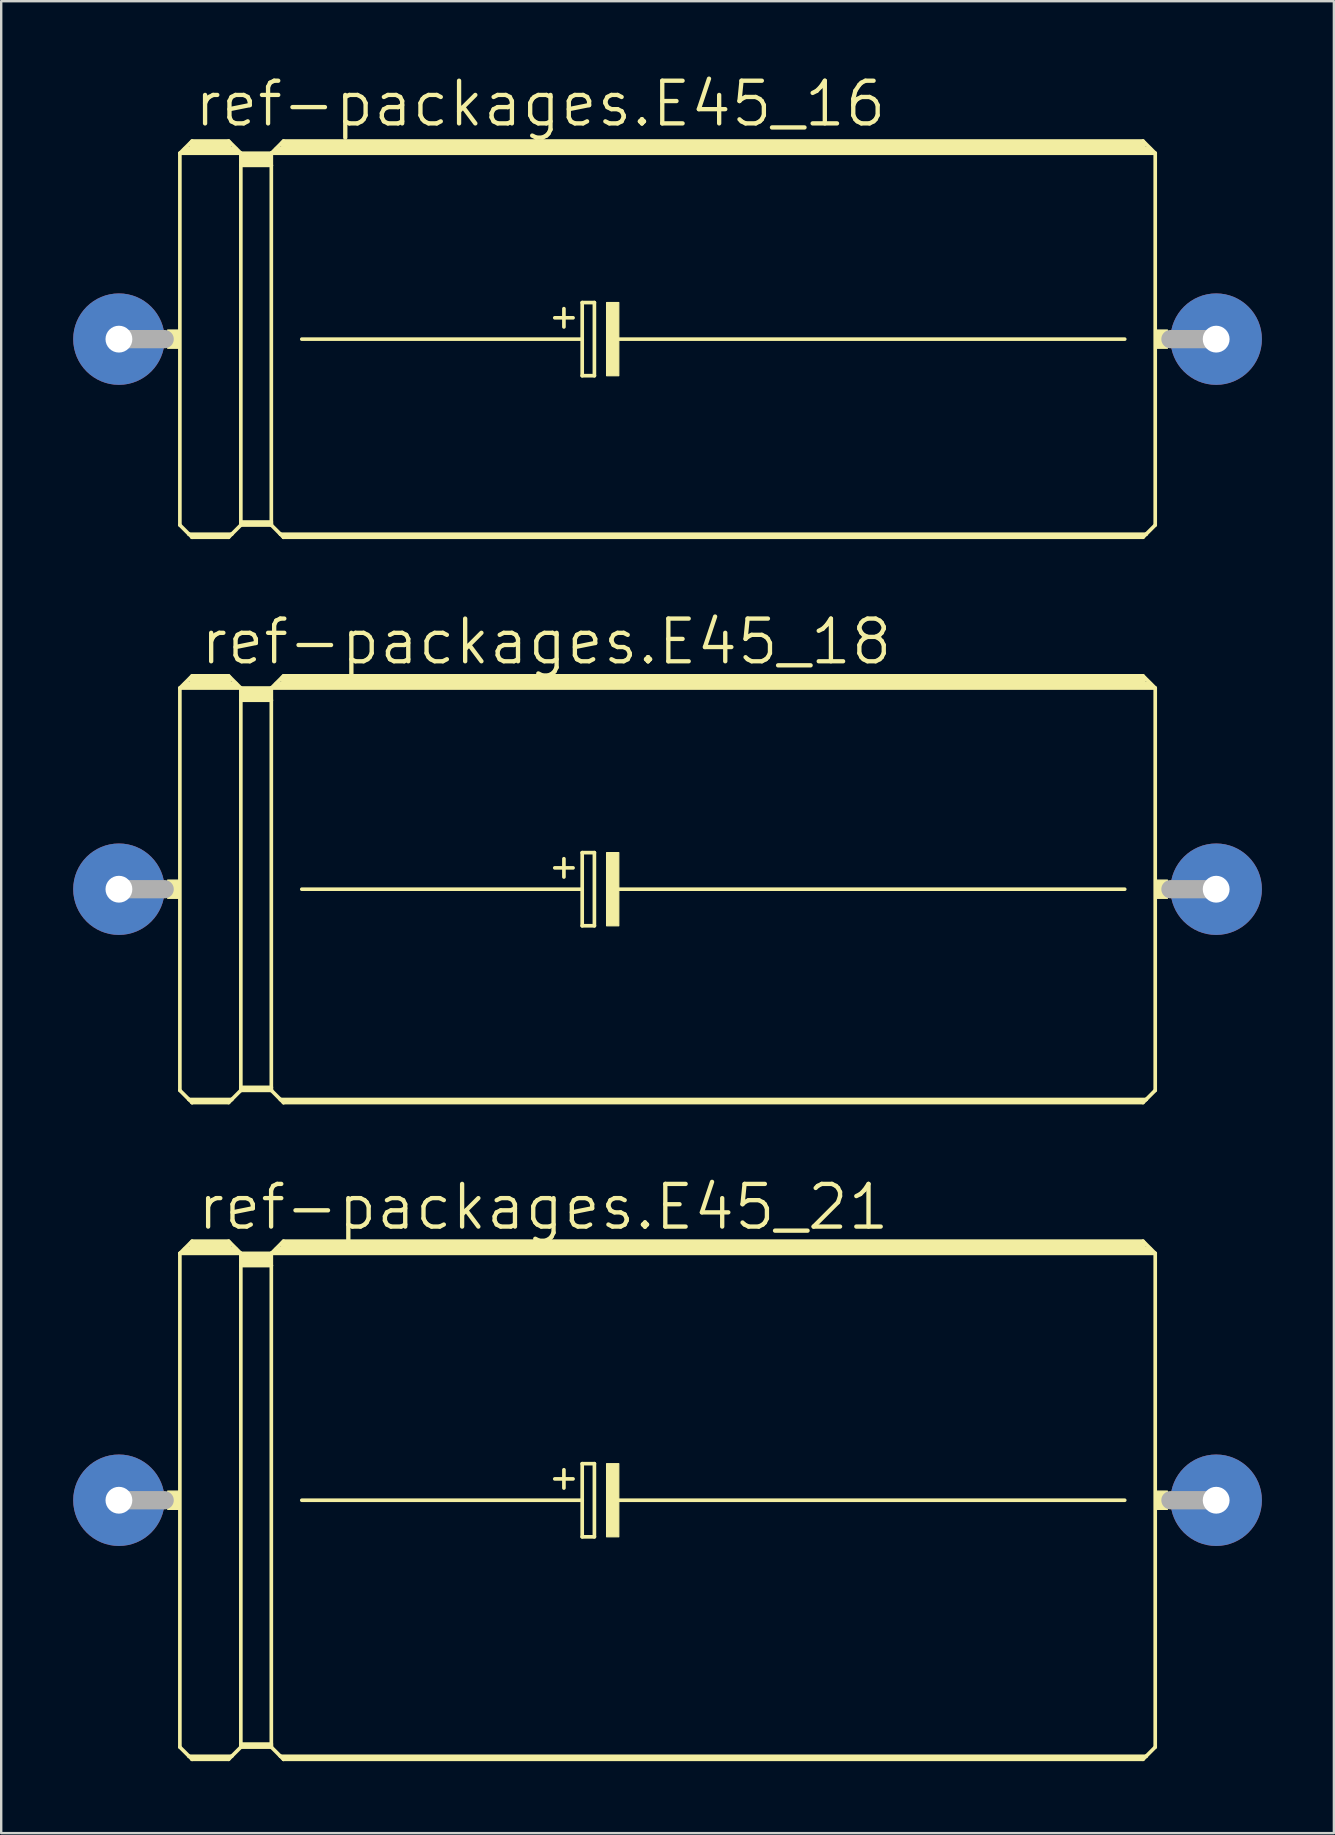
<source format=kicad_pcb>
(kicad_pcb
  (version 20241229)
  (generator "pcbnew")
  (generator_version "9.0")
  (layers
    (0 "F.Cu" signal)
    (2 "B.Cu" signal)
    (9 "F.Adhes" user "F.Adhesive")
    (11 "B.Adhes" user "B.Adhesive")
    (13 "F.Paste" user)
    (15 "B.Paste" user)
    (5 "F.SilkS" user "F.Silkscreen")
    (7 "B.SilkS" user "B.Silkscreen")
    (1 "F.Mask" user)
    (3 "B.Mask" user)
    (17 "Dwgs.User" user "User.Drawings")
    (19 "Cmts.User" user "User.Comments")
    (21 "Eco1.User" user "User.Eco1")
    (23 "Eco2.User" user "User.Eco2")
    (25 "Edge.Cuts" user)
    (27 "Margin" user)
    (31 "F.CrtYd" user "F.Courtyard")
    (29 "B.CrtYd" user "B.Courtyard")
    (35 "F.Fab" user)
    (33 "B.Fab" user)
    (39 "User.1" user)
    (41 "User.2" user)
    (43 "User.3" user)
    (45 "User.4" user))
  (footprint "ref-packages.E45_16"
    (layer "F.Cu")
    (at 24.765 11.081)
    (property "Reference" "ref-packages.E45_16" (at -19.812 -8.763 0) (layer "F.SilkS") (effects (font (size 1.778 1.778) (thickness 0.18)) (justify left bottom)))
    (attr through_hole)
    (fp_line (start -20.32 -7.747) (end -20.32 7.747) (stroke (width 0.152) (type default)) (layer "F.SilkS"))
    (fp_line (start -20.32 -7.747) (end -19.812 -8.255) (stroke (width 0.152) (type default)) (layer "F.SilkS"))
    (fp_line (start -20.32 -7.747) (end -17.78 -7.747) (stroke (width 0.152) (type default)) (layer "F.SilkS"))
    (fp_line (start -20.32 7.747) (end -19.939 8.128) (stroke (width 0.152) (type default)) (layer "F.SilkS"))
    (fp_line (start -20.066 -7.874) (end -18.034 -7.874) (stroke (width 0.305) (type default)) (layer "F.SilkS"))
    (fp_line (start -19.939 8.128) (end -19.812 8.255) (stroke (width 0.152) (type default)) (layer "F.SilkS"))
    (fp_line (start -19.939 8.128) (end -18.161 8.128) (stroke (width 0.152) (type default)) (layer "F.SilkS"))
    (fp_line (start -19.812 -8.255) (end -18.288 -8.255) (stroke (width 0.152) (type default)) (layer "F.SilkS"))
    (fp_line (start -19.812 -8.128) (end -18.288 -8.128) (stroke (width 0.305) (type default)) (layer "F.SilkS"))
    (fp_line (start -19.812 8.204) (end -18.288 8.204) (stroke (width 0.152) (type default)) (layer "F.SilkS"))
    (fp_line (start -19.812 8.255) (end -19.812 8.204) (stroke (width 0.152) (type default)) (layer "F.SilkS"))
    (fp_line (start -19.812 8.255) (end -18.288 8.255) (stroke (width 0.152) (type default)) (layer "F.SilkS"))
    (fp_line (start -18.288 -8.255) (end -17.78 -7.747) (stroke (width 0.152) (type default)) (layer "F.SilkS"))
    (fp_line (start -18.288 8.255) (end -18.161 8.128) (stroke (width 0.152) (type default)) (layer "F.SilkS"))
    (fp_line (start -18.161 8.128) (end -17.78 7.747) (stroke (width 0.152) (type default)) (layer "F.SilkS"))
    (fp_line (start -17.78 -7.747) (end -16.51 -7.747) (stroke (width 0.152) (type default)) (layer "F.SilkS"))
    (fp_line (start -17.78 -7.239) (end -17.78 -7.747) (stroke (width 0.152) (type default)) (layer "F.SilkS"))
    (fp_line (start -17.78 -7.239) (end -16.51 -7.239) (stroke (width 0.152) (type default)) (layer "F.SilkS"))
    (fp_line (start -17.78 7.62) (end -17.78 -7.239) (stroke (width 0.152) (type default)) (layer "F.SilkS"))
    (fp_line (start -17.78 7.62) (end -16.51 7.62) (stroke (width 0.152) (type default)) (layer "F.SilkS"))
    (fp_line (start -17.78 7.696) (end -17.78 7.62) (stroke (width 0.152) (type default)) (layer "F.SilkS"))
    (fp_line (start -17.78 7.696) (end -16.51 7.696) (stroke (width 0.152) (type default)) (layer "F.SilkS"))
    (fp_line (start -17.78 7.747) (end -17.78 7.696) (stroke (width 0.152) (type default)) (layer "F.SilkS"))
    (fp_line (start -17.78 7.747) (end -16.51 7.747) (stroke (width 0.152) (type default)) (layer "F.SilkS"))
    (fp_line (start -17.653 -7.62) (end -16.637 -7.62) (stroke (width 0.305) (type default)) (layer "F.SilkS"))
    (fp_line (start -17.653 -7.366) (end -16.637 -7.366) (stroke (width 0.305) (type default)) (layer "F.SilkS"))
    (fp_line (start -16.51 -7.747) (end -16.002 -8.255) (stroke (width 0.152) (type default)) (layer "F.SilkS"))
    (fp_line (start -16.51 -7.747) (end 20.32 -7.747) (stroke (width 0.152) (type default)) (layer "F.SilkS"))
    (fp_line (start -16.51 -7.239) (end -16.51 -7.747) (stroke (width 0.152) (type default)) (layer "F.SilkS"))
    (fp_line (start -16.51 7.62) (end -16.51 -7.239) (stroke (width 0.152) (type default)) (layer "F.SilkS"))
    (fp_line (start -16.51 7.696) (end -16.51 7.62) (stroke (width 0.152) (type default)) (layer "F.SilkS"))
    (fp_line (start -16.51 7.747) (end -16.51 7.696) (stroke (width 0.152) (type default)) (layer "F.SilkS"))
    (fp_line (start -16.51 7.747) (end -16.129 8.128) (stroke (width 0.152) (type default)) (layer "F.SilkS"))
    (fp_line (start -16.256 -7.874) (end 20.066 -7.874) (stroke (width 0.305) (type default)) (layer "F.SilkS"))
    (fp_line (start -16.129 8.128) (end -16.002 8.255) (stroke (width 0.152) (type default)) (layer "F.SilkS"))
    (fp_line (start -16.129 8.128) (end 19.939 8.128) (stroke (width 0.152) (type default)) (layer "F.SilkS"))
    (fp_line (start -16.002 -8.255) (end 19.812 -8.255) (stroke (width 0.152) (type default)) (layer "F.SilkS"))
    (fp_line (start -16.002 -8.128) (end 19.812 -8.128) (stroke (width 0.305) (type default)) (layer "F.SilkS"))
    (fp_line (start -16.002 8.204) (end 19.812 8.204) (stroke (width 0.152) (type default)) (layer "F.SilkS"))
    (fp_line (start -16.002 8.255) (end -16.002 8.204) (stroke (width 0.152) (type default)) (layer "F.SilkS"))
    (fp_line (start -16.002 8.255) (end 19.812 8.255) (stroke (width 0.152) (type default)) (layer "F.SilkS"))
    (fp_line (start -15.24 0) (end -3.556 0) (stroke (width 0.152) (type default)) (layer "F.SilkS"))
    (fp_line (start -4.699 -0.889) (end -3.937 -0.889) (stroke (width 0.152) (type default)) (layer "F.SilkS"))
    (fp_line (start -4.318 -1.27) (end -4.318 -0.508) (stroke (width 0.152) (type default)) (layer "F.SilkS"))
    (fp_line (start -3.556 -1.524) (end -3.556 0) (stroke (width 0.152) (type default)) (layer "F.SilkS"))
    (fp_line (start -3.556 0) (end -3.556 1.524) (stroke (width 0.152) (type default)) (layer "F.SilkS"))
    (fp_line (start -3.556 1.524) (end -3.048 1.524) (stroke (width 0.152) (type default)) (layer "F.SilkS"))
    (fp_line (start -3.048 -1.524) (end -3.556 -1.524) (stroke (width 0.152) (type default)) (layer "F.SilkS"))
    (fp_line (start -3.048 1.524) (end -3.048 -1.524) (stroke (width 0.152) (type default)) (layer "F.SilkS"))
    (fp_line (start -2.159 0) (end 19.05 0) (stroke (width 0.152) (type default)) (layer "F.SilkS"))
    (fp_line (start 19.812 -8.255) (end 20.32 -7.747) (stroke (width 0.152) (type default)) (layer "F.SilkS"))
    (fp_line (start 19.812 8.255) (end 19.939 8.128) (stroke (width 0.152) (type default)) (layer "F.SilkS"))
    (fp_line (start 19.939 8.128) (end 20.32 7.747) (stroke (width 0.152) (type default)) (layer "F.SilkS"))
    (fp_line (start 20.32 -7.747) (end 20.32 7.747) (stroke (width 0.152) (type default)) (layer "F.SilkS"))
    (fp_rect (start -20.828 0.381) (end -20.32 -0.381) (stroke (width 0.05) (type default)) (fill yes) (layer "F.SilkS"))
    (fp_rect (start -2.54 1.524) (end -2.032 -1.524) (stroke (width 0.05) (type default)) (fill yes) (layer "F.SilkS"))
    (fp_rect (start 20.32 0.381) (end 20.828 -0.381) (stroke (width 0.05) (type default)) (fill yes) (layer "F.SilkS"))
    (fp_line (start -22.86 0) (end -20.955 0) (stroke (width 0.762) (type default)) (layer "F.Fab"))
    (fp_line (start 22.86 0) (end 20.955 0) (stroke (width 0.762) (type default)) (layer "F.Fab"))
    (pad "+" thru_hole circle (at -22.86 0) (size 3.81 3.81) (drill 1.118) (layers "*.Cu" "*.Mask"))
    (pad "-" thru_hole circle (at 22.86 0) (size 3.81 3.81) (drill 1.118) (layers "*.Cu" "*.Mask")))
  (footprint "ref-packages.E45_18"
    (layer "F.Cu")
    (at 24.765 34.001)
    (property "Reference" "ref-packages.E45_18" (at -19.558 -9.271 0) (layer "F.SilkS") (effects (font (size 1.778 1.778) (thickness 0.18)) (justify left bottom)))
    (attr through_hole)
    (fp_line (start -20.32 -8.382) (end -20.32 8.382) (stroke (width 0.152) (type default)) (layer "F.SilkS"))
    (fp_line (start -20.32 -8.382) (end -19.812 -8.89) (stroke (width 0.152) (type default)) (layer "F.SilkS"))
    (fp_line (start -20.32 -8.382) (end -17.78 -8.382) (stroke (width 0.152) (type default)) (layer "F.SilkS"))
    (fp_line (start -20.32 8.382) (end -19.939 8.763) (stroke (width 0.152) (type default)) (layer "F.SilkS"))
    (fp_line (start -20.066 -8.509) (end -18.034 -8.509) (stroke (width 0.305) (type default)) (layer "F.SilkS"))
    (fp_line (start -19.939 8.763) (end -19.812 8.89) (stroke (width 0.152) (type default)) (layer "F.SilkS"))
    (fp_line (start -19.939 8.763) (end -18.161 8.763) (stroke (width 0.152) (type default)) (layer "F.SilkS"))
    (fp_line (start -19.812 -8.89) (end -18.288 -8.89) (stroke (width 0.152) (type default)) (layer "F.SilkS"))
    (fp_line (start -19.812 -8.763) (end -18.288 -8.763) (stroke (width 0.305) (type default)) (layer "F.SilkS"))
    (fp_line (start -19.812 8.839) (end -18.288 8.839) (stroke (width 0.152) (type default)) (layer "F.SilkS"))
    (fp_line (start -19.812 8.89) (end -19.812 8.839) (stroke (width 0.152) (type default)) (layer "F.SilkS"))
    (fp_line (start -19.812 8.89) (end -18.288 8.89) (stroke (width 0.152) (type default)) (layer "F.SilkS"))
    (fp_line (start -18.288 -8.89) (end -17.78 -8.382) (stroke (width 0.152) (type default)) (layer "F.SilkS"))
    (fp_line (start -18.288 8.89) (end -18.161 8.763) (stroke (width 0.152) (type default)) (layer "F.SilkS"))
    (fp_line (start -18.161 8.763) (end -17.78 8.382) (stroke (width 0.152) (type default)) (layer "F.SilkS"))
    (fp_line (start -17.78 -8.382) (end -16.51 -8.382) (stroke (width 0.152) (type default)) (layer "F.SilkS"))
    (fp_line (start -17.78 -7.874) (end -17.78 -8.382) (stroke (width 0.152) (type default)) (layer "F.SilkS"))
    (fp_line (start -17.78 -7.874) (end -16.51 -7.874) (stroke (width 0.152) (type default)) (layer "F.SilkS"))
    (fp_line (start -17.78 8.255) (end -17.78 -7.874) (stroke (width 0.152) (type default)) (layer "F.SilkS"))
    (fp_line (start -17.78 8.255) (end -16.51 8.255) (stroke (width 0.152) (type default)) (layer "F.SilkS"))
    (fp_line (start -17.78 8.331) (end -17.78 8.255) (stroke (width 0.152) (type default)) (layer "F.SilkS"))
    (fp_line (start -17.78 8.331) (end -16.51 8.331) (stroke (width 0.152) (type default)) (layer "F.SilkS"))
    (fp_line (start -17.78 8.382) (end -17.78 8.331) (stroke (width 0.152) (type default)) (layer "F.SilkS"))
    (fp_line (start -17.78 8.382) (end -16.51 8.382) (stroke (width 0.152) (type default)) (layer "F.SilkS"))
    (fp_line (start -17.653 -8.255) (end -16.637 -8.255) (stroke (width 0.305) (type default)) (layer "F.SilkS"))
    (fp_line (start -17.653 -8.001) (end -16.637 -8.001) (stroke (width 0.305) (type default)) (layer "F.SilkS"))
    (fp_line (start -16.51 -8.382) (end -16.002 -8.89) (stroke (width 0.152) (type default)) (layer "F.SilkS"))
    (fp_line (start -16.51 -8.382) (end 20.32 -8.382) (stroke (width 0.152) (type default)) (layer "F.SilkS"))
    (fp_line (start -16.51 -7.874) (end -16.51 -8.382) (stroke (width 0.152) (type default)) (layer "F.SilkS"))
    (fp_line (start -16.51 8.255) (end -16.51 -7.874) (stroke (width 0.152) (type default)) (layer "F.SilkS"))
    (fp_line (start -16.51 8.331) (end -16.51 8.255) (stroke (width 0.152) (type default)) (layer "F.SilkS"))
    (fp_line (start -16.51 8.382) (end -16.51 8.331) (stroke (width 0.152) (type default)) (layer "F.SilkS"))
    (fp_line (start -16.51 8.382) (end -16.129 8.763) (stroke (width 0.152) (type default)) (layer "F.SilkS"))
    (fp_line (start -16.256 -8.509) (end 20.066 -8.509) (stroke (width 0.305) (type default)) (layer "F.SilkS"))
    (fp_line (start -16.129 8.763) (end -16.002 8.89) (stroke (width 0.152) (type default)) (layer "F.SilkS"))
    (fp_line (start -16.129 8.763) (end 19.939 8.763) (stroke (width 0.152) (type default)) (layer "F.SilkS"))
    (fp_line (start -16.002 -8.89) (end 19.812 -8.89) (stroke (width 0.152) (type default)) (layer "F.SilkS"))
    (fp_line (start -16.002 -8.763) (end 19.812 -8.763) (stroke (width 0.305) (type default)) (layer "F.SilkS"))
    (fp_line (start -16.002 8.839) (end 19.812 8.839) (stroke (width 0.152) (type default)) (layer "F.SilkS"))
    (fp_line (start -16.002 8.89) (end -16.002 8.839) (stroke (width 0.152) (type default)) (layer "F.SilkS"))
    (fp_line (start -16.002 8.89) (end 19.812 8.89) (stroke (width 0.152) (type default)) (layer "F.SilkS"))
    (fp_line (start -15.24 0) (end -3.556 0) (stroke (width 0.152) (type default)) (layer "F.SilkS"))
    (fp_line (start -4.699 -0.889) (end -3.937 -0.889) (stroke (width 0.152) (type default)) (layer "F.SilkS"))
    (fp_line (start -4.318 -1.27) (end -4.318 -0.508) (stroke (width 0.152) (type default)) (layer "F.SilkS"))
    (fp_line (start -3.556 -1.524) (end -3.556 0) (stroke (width 0.152) (type default)) (layer "F.SilkS"))
    (fp_line (start -3.556 0) (end -3.556 1.524) (stroke (width 0.152) (type default)) (layer "F.SilkS"))
    (fp_line (start -3.556 1.524) (end -3.048 1.524) (stroke (width 0.152) (type default)) (layer "F.SilkS"))
    (fp_line (start -3.048 -1.524) (end -3.556 -1.524) (stroke (width 0.152) (type default)) (layer "F.SilkS"))
    (fp_line (start -3.048 1.524) (end -3.048 -1.524) (stroke (width 0.152) (type default)) (layer "F.SilkS"))
    (fp_line (start -2.159 0) (end 19.05 0) (stroke (width 0.152) (type default)) (layer "F.SilkS"))
    (fp_line (start 19.812 -8.89) (end 20.32 -8.382) (stroke (width 0.152) (type default)) (layer "F.SilkS"))
    (fp_line (start 19.812 8.89) (end 19.939 8.763) (stroke (width 0.152) (type default)) (layer "F.SilkS"))
    (fp_line (start 19.939 8.763) (end 20.32 8.382) (stroke (width 0.152) (type default)) (layer "F.SilkS"))
    (fp_line (start 20.32 -8.382) (end 20.32 8.382) (stroke (width 0.152) (type default)) (layer "F.SilkS"))
    (fp_rect (start -20.828 0.381) (end -20.32 -0.381) (stroke (width 0.05) (type default)) (fill yes) (layer "F.SilkS"))
    (fp_rect (start -2.54 1.524) (end -2.032 -1.524) (stroke (width 0.05) (type default)) (fill yes) (layer "F.SilkS"))
    (fp_rect (start 20.32 0.381) (end 20.828 -0.381) (stroke (width 0.05) (type default)) (fill yes) (layer "F.SilkS"))
    (fp_line (start -22.86 0) (end -20.955 0) (stroke (width 0.762) (type default)) (layer "F.Fab"))
    (fp_line (start 22.86 0) (end 20.955 0) (stroke (width 0.762) (type default)) (layer "F.Fab"))
    (pad "+" thru_hole circle (at -22.86 0) (size 3.81 3.81) (drill 1.118) (layers "*.Cu" "*.Mask"))
    (pad "-" thru_hole circle (at 22.86 0) (size 3.81 3.81) (drill 1.118) (layers "*.Cu" "*.Mask")))
  (footprint "ref-packages.E45_21"
    (layer "F.Cu")
    (at 24.765 59.461)
    (property "Reference" "ref-packages.E45_21" (at -19.685 -11.176 0) (layer "F.SilkS") (effects (font (size 1.778 1.778) (thickness 0.18)) (justify left bottom)))
    (attr through_hole)
    (fp_line (start -20.32 -10.287) (end -20.32 10.287) (stroke (width 0.152) (type default)) (layer "F.SilkS"))
    (fp_line (start -20.32 -10.287) (end -19.812 -10.795) (stroke (width 0.152) (type default)) (layer "F.SilkS"))
    (fp_line (start -20.32 -10.287) (end -17.78 -10.287) (stroke (width 0.152) (type default)) (layer "F.SilkS"))
    (fp_line (start -20.32 10.287) (end -19.939 10.668) (stroke (width 0.152) (type default)) (layer "F.SilkS"))
    (fp_line (start -20.066 -10.414) (end -18.034 -10.414) (stroke (width 0.305) (type default)) (layer "F.SilkS"))
    (fp_line (start -19.939 10.668) (end -19.812 10.795) (stroke (width 0.152) (type default)) (layer "F.SilkS"))
    (fp_line (start -19.939 10.668) (end -18.161 10.668) (stroke (width 0.152) (type default)) (layer "F.SilkS"))
    (fp_line (start -19.812 -10.795) (end -18.288 -10.795) (stroke (width 0.152) (type default)) (layer "F.SilkS"))
    (fp_line (start -19.812 -10.668) (end -18.288 -10.668) (stroke (width 0.305) (type default)) (layer "F.SilkS"))
    (fp_line (start -19.812 10.744) (end -18.288 10.744) (stroke (width 0.152) (type default)) (layer "F.SilkS"))
    (fp_line (start -19.812 10.795) (end -19.812 10.744) (stroke (width 0.152) (type default)) (layer "F.SilkS"))
    (fp_line (start -19.812 10.795) (end -18.288 10.795) (stroke (width 0.152) (type default)) (layer "F.SilkS"))
    (fp_line (start -18.288 -10.795) (end -17.78 -10.287) (stroke (width 0.152) (type default)) (layer "F.SilkS"))
    (fp_line (start -18.288 10.795) (end -18.161 10.668) (stroke (width 0.152) (type default)) (layer "F.SilkS"))
    (fp_line (start -18.161 10.668) (end -17.78 10.287) (stroke (width 0.152) (type default)) (layer "F.SilkS"))
    (fp_line (start -17.78 -10.287) (end -16.51 -10.287) (stroke (width 0.152) (type default)) (layer "F.SilkS"))
    (fp_line (start -17.78 -9.779) (end -17.78 -10.287) (stroke (width 0.152) (type default)) (layer "F.SilkS"))
    (fp_line (start -17.78 -9.779) (end -16.51 -9.779) (stroke (width 0.152) (type default)) (layer "F.SilkS"))
    (fp_line (start -17.78 10.16) (end -17.78 -9.779) (stroke (width 0.152) (type default)) (layer "F.SilkS"))
    (fp_line (start -17.78 10.16) (end -16.51 10.16) (stroke (width 0.152) (type default)) (layer "F.SilkS"))
    (fp_line (start -17.78 10.236) (end -17.78 10.16) (stroke (width 0.152) (type default)) (layer "F.SilkS"))
    (fp_line (start -17.78 10.236) (end -16.51 10.236) (stroke (width 0.152) (type default)) (layer "F.SilkS"))
    (fp_line (start -17.78 10.287) (end -17.78 10.236) (stroke (width 0.152) (type default)) (layer "F.SilkS"))
    (fp_line (start -17.78 10.287) (end -16.51 10.287) (stroke (width 0.152) (type default)) (layer "F.SilkS"))
    (fp_line (start -17.653 -10.16) (end -16.637 -10.16) (stroke (width 0.305) (type default)) (layer "F.SilkS"))
    (fp_line (start -17.653 -9.906) (end -16.637 -9.906) (stroke (width 0.305) (type default)) (layer "F.SilkS"))
    (fp_line (start -16.51 -10.287) (end -16.002 -10.795) (stroke (width 0.152) (type default)) (layer "F.SilkS"))
    (fp_line (start -16.51 -10.287) (end 20.32 -10.287) (stroke (width 0.152) (type default)) (layer "F.SilkS"))
    (fp_line (start -16.51 -9.779) (end -16.51 -10.287) (stroke (width 0.152) (type default)) (layer "F.SilkS"))
    (fp_line (start -16.51 10.16) (end -16.51 -9.779) (stroke (width 0.152) (type default)) (layer "F.SilkS"))
    (fp_line (start -16.51 10.236) (end -16.51 10.16) (stroke (width 0.152) (type default)) (layer "F.SilkS"))
    (fp_line (start -16.51 10.287) (end -16.51 10.236) (stroke (width 0.152) (type default)) (layer "F.SilkS"))
    (fp_line (start -16.51 10.287) (end -16.129 10.668) (stroke (width 0.152) (type default)) (layer "F.SilkS"))
    (fp_line (start -16.256 -10.414) (end 20.066 -10.414) (stroke (width 0.305) (type default)) (layer "F.SilkS"))
    (fp_line (start -16.129 10.668) (end -16.002 10.795) (stroke (width 0.152) (type default)) (layer "F.SilkS"))
    (fp_line (start -16.129 10.668) (end 19.939 10.668) (stroke (width 0.152) (type default)) (layer "F.SilkS"))
    (fp_line (start -16.002 -10.795) (end 19.812 -10.795) (stroke (width 0.152) (type default)) (layer "F.SilkS"))
    (fp_line (start -16.002 -10.668) (end 19.812 -10.668) (stroke (width 0.305) (type default)) (layer "F.SilkS"))
    (fp_line (start -16.002 10.744) (end 19.812 10.744) (stroke (width 0.152) (type default)) (layer "F.SilkS"))
    (fp_line (start -16.002 10.795) (end -16.002 10.744) (stroke (width 0.152) (type default)) (layer "F.SilkS"))
    (fp_line (start -16.002 10.795) (end 19.812 10.795) (stroke (width 0.152) (type default)) (layer "F.SilkS"))
    (fp_line (start -15.24 0) (end -3.556 0) (stroke (width 0.152) (type default)) (layer "F.SilkS"))
    (fp_line (start -4.699 -0.889) (end -3.937 -0.889) (stroke (width 0.152) (type default)) (layer "F.SilkS"))
    (fp_line (start -4.318 -1.27) (end -4.318 -0.508) (stroke (width 0.152) (type default)) (layer "F.SilkS"))
    (fp_line (start -3.556 -1.524) (end -3.556 0) (stroke (width 0.152) (type default)) (layer "F.SilkS"))
    (fp_line (start -3.556 0) (end -3.556 1.524) (stroke (width 0.152) (type default)) (layer "F.SilkS"))
    (fp_line (start -3.556 1.524) (end -3.048 1.524) (stroke (width 0.152) (type default)) (layer "F.SilkS"))
    (fp_line (start -3.048 -1.524) (end -3.556 -1.524) (stroke (width 0.152) (type default)) (layer "F.SilkS"))
    (fp_line (start -3.048 1.524) (end -3.048 -1.524) (stroke (width 0.152) (type default)) (layer "F.SilkS"))
    (fp_line (start -2.159 0) (end 19.05 0) (stroke (width 0.152) (type default)) (layer "F.SilkS"))
    (fp_line (start 19.812 -10.795) (end 20.32 -10.287) (stroke (width 0.152) (type default)) (layer "F.SilkS"))
    (fp_line (start 19.812 10.795) (end 19.939 10.668) (stroke (width 0.152) (type default)) (layer "F.SilkS"))
    (fp_line (start 19.939 10.668) (end 20.32 10.287) (stroke (width 0.152) (type default)) (layer "F.SilkS"))
    (fp_line (start 20.32 -10.287) (end 20.32 10.287) (stroke (width 0.152) (type default)) (layer "F.SilkS"))
    (fp_rect (start -20.828 0.381) (end -20.32 -0.381) (stroke (width 0.05) (type default)) (fill yes) (layer "F.SilkS"))
    (fp_rect (start -2.54 1.524) (end -2.032 -1.524) (stroke (width 0.05) (type default)) (fill yes) (layer "F.SilkS"))
    (fp_rect (start 20.32 0.381) (end 20.828 -0.381) (stroke (width 0.05) (type default)) (fill yes) (layer "F.SilkS"))
    (fp_line (start -22.86 0) (end -20.955 0) (stroke (width 0.762) (type default)) (layer "F.Fab"))
    (fp_line (start 22.86 0) (end 20.955 0) (stroke (width 0.762) (type default)) (layer "F.Fab"))
    (pad "+" thru_hole circle (at -22.86 0) (size 3.81 3.81) (drill 1.118) (layers "*.Cu" "*.Mask"))
    (pad "-" thru_hole circle (at 22.86 0) (size 3.81 3.81) (drill 1.118) (layers "*.Cu" "*.Mask")))
  (gr_rect
    (start -3 -3)
    (end 52.53 73.333)
    (stroke (width 0.1) (type default))
    (fill no)
    (layer "Edge.Cuts")))
</source>
